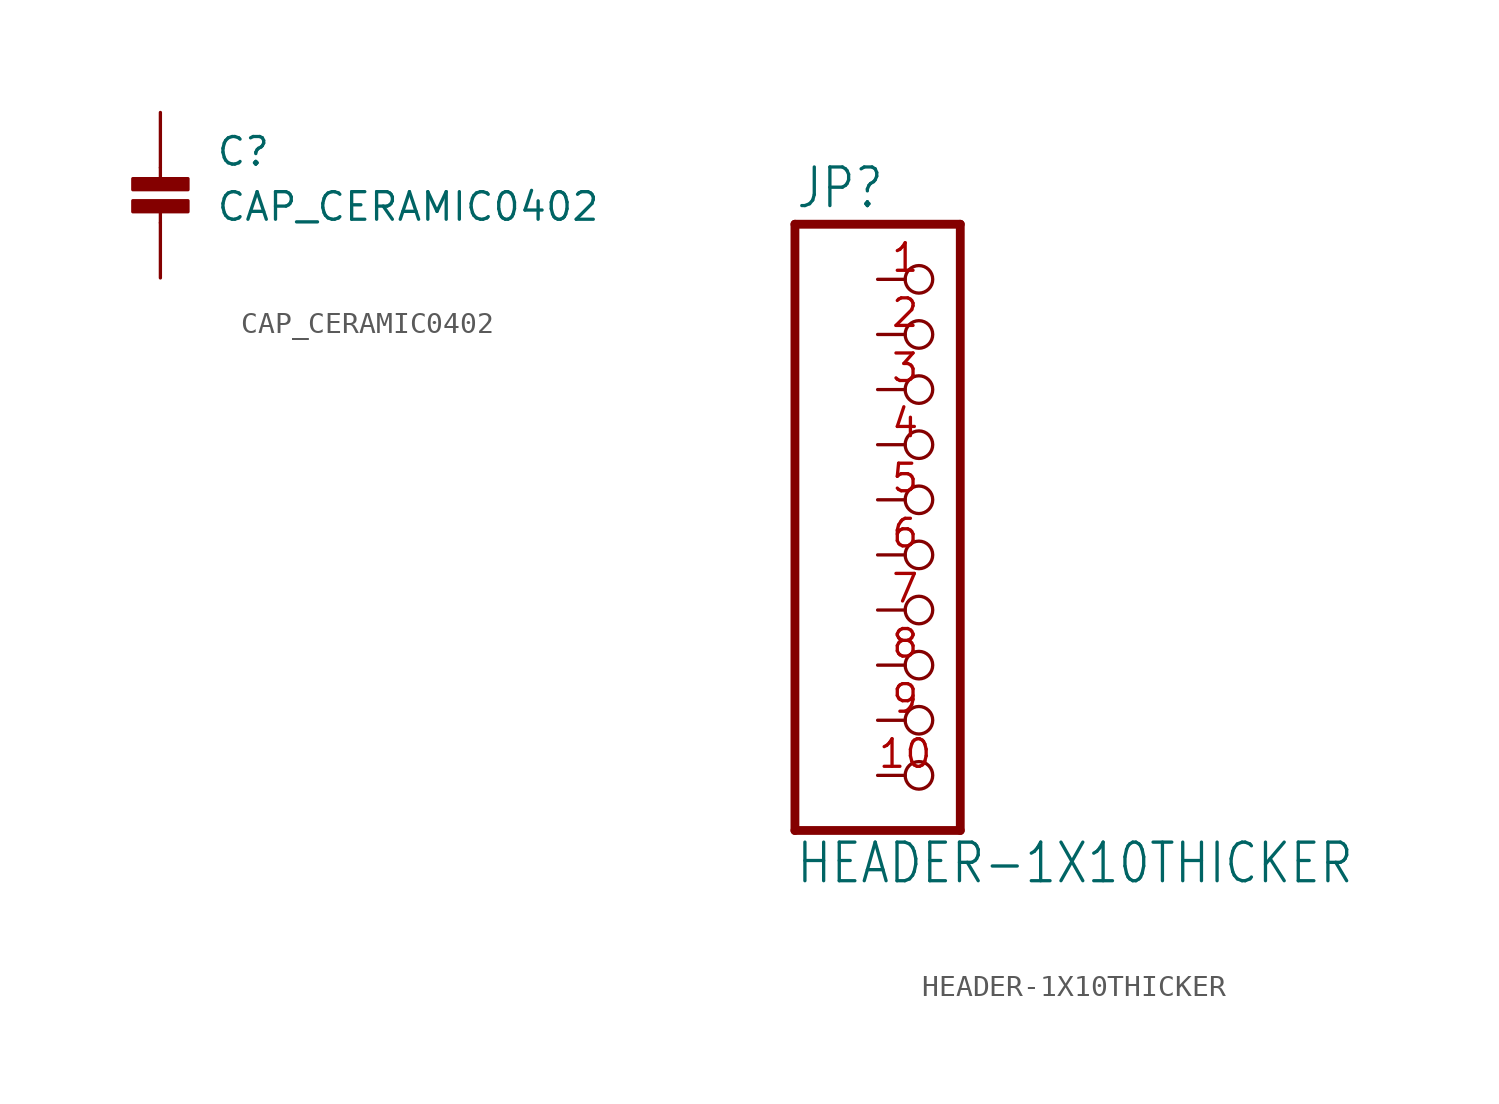
<source format=kicad_sym>
(kicad_symbol_lib
  (version 20220331)
  (generator kicad_symbol_editor)
  (symbol "CAP_CERAMIC0402"
    (property "Reference" "C"
      (at 2.54 2.54 0)
      (effects (font (size 1.27 1.27)) (justify left bottom)))
    (property "Value" "CAP_CERAMIC0402"
      (at 2.54 0 0)
      (effects (font (size 1.27 1.27)) (justify left bottom)))
    (property "ki_locked" ""
      (at 0 0 0)
      (effects (font (size 1.27 1.27))))
    (symbol "CAP_CERAMIC0402_1_0"
      (rectangle (start -1.27 0.508) (end 1.27 1.016) (stroke (width 0) (type default)) (fill (type outline)))
      (rectangle (start -1.27 1.524) (end 1.27 2.032) (stroke (width 0) (type default)) (fill (type outline)))
      (polyline (pts (xy 0 0.762) (xy 0 0)) (stroke (width 0.152) (type solid)) (fill (type none)))
      (polyline (pts (xy 0 2.54) (xy 0 1.778)) (stroke (width 0.152) (type solid)) (fill (type none)))
      (pin passive line (at 0 5.08 270) (length 2.54) (name "P$1" (effects (font (size 0 0)))) (number "1" (effects (font (size 0 0)))))
      (pin passive line (at 0 -2.54 90) (length 2.54) (name "P$2" (effects (font (size 0 0)))) (number "2" (effects (font (size 0 0)))))))
  (symbol "HEADER-1X10THICKER"
    (property "Reference" "JP"
      (at -6.35 13.335 0)
      (effects (font (size 1.778 1.511)) (justify left bottom)))
    (property "Value" "HEADER-1X10THICKER"
      (at -6.35 -17.78 0)
      (effects (font (size 1.778 1.511)) (justify left bottom)))
    (property "ki_locked" ""
      (at 0 0 0)
      (effects (font (size 1.27 1.27))))
    (symbol "HEADER-1X10THICKER_1_0"
      (polyline (pts (xy -6.35 -15.24) (xy 1.27 -15.24)) (stroke (width 0.406) (type solid)) (fill (type none)))
      (polyline (pts (xy -6.35 12.7) (xy -6.35 -15.24)) (stroke (width 0.406) (type solid)) (fill (type none)))
      (polyline (pts (xy 1.27 -15.24) (xy 1.27 12.7)) (stroke (width 0.406) (type solid)) (fill (type none)))
      (polyline (pts (xy 1.27 12.7) (xy -6.35 12.7)) (stroke (width 0.406) (type solid)) (fill (type none)))
      (pin passive inverted (at -2.54 10.16 0) (length 2.54) (name "1" (effects (font (size 0 0)))) (number "1" (effects (font (size 1.27 1.27)))))
      (pin passive inverted (at -2.54 -12.7 0) (length 2.54) (name "10" (effects (font (size 0 0)))) (number "10" (effects (font (size 1.27 1.27)))))
      (pin passive inverted (at -2.54 7.62 0) (length 2.54) (name "2" (effects (font (size 0 0)))) (number "2" (effects (font (size 1.27 1.27)))))
      (pin passive inverted (at -2.54 5.08 0) (length 2.54) (name "3" (effects (font (size 0 0)))) (number "3" (effects (font (size 1.27 1.27)))))
      (pin passive inverted (at -2.54 2.54 0) (length 2.54) (name "4" (effects (font (size 0 0)))) (number "4" (effects (font (size 1.27 1.27)))))
      (pin passive inverted (at -2.54 0 0) (length 2.54) (name "5" (effects (font (size 0 0)))) (number "5" (effects (font (size 1.27 1.27)))))
      (pin passive inverted (at -2.54 -2.54 0) (length 2.54) (name "6" (effects (font (size 0 0)))) (number "6" (effects (font (size 1.27 1.27)))))
      (pin passive inverted (at -2.54 -5.08 0) (length 2.54) (name "7" (effects (font (size 0 0)))) (number "7" (effects (font (size 1.27 1.27)))))
      (pin passive inverted (at -2.54 -7.62 0) (length 2.54) (name "8" (effects (font (size 0 0)))) (number "8" (effects (font (size 1.27 1.27)))))
      (pin passive inverted (at -2.54 -10.16 0) (length 2.54) (name "9" (effects (font (size 0 0)))) (number "9" (effects (font (size 1.27 1.27))))))))
</source>
